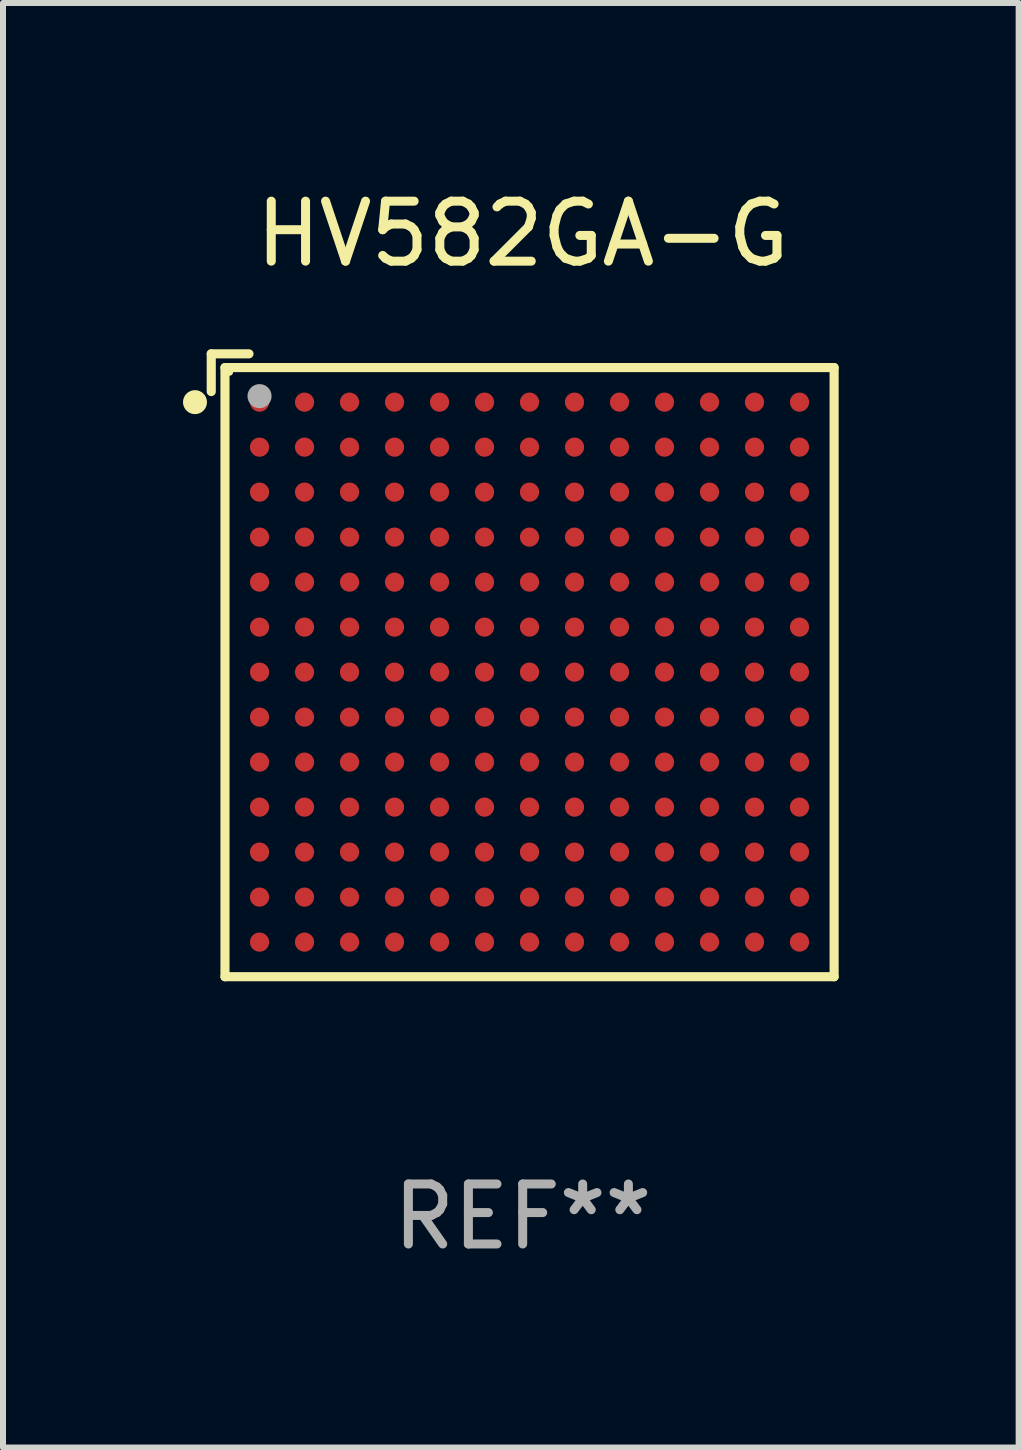
<source format=kicad_pcb>
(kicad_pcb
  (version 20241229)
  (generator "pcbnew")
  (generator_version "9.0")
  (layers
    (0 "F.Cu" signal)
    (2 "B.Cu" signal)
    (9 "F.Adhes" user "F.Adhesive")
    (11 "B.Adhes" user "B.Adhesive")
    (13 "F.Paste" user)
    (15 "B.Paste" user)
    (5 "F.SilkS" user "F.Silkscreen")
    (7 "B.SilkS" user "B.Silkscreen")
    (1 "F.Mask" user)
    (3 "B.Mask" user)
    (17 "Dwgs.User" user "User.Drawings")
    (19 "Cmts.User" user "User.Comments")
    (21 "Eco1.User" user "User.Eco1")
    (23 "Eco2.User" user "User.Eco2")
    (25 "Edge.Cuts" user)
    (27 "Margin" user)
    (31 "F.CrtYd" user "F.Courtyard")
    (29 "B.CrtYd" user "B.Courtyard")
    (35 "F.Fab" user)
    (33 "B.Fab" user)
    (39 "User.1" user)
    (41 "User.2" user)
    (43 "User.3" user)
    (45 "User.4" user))
  (footprint "HV582GA-G"
    (layer "F.Cu")
    (at 5.662 8.039)
    (property "Reference" "HV582GA-G" (at 0 -7.191 0) (layer "F.SilkS") (effects (font (size 1 1) (thickness 0.15))))
    (attr through_hole)
    (fp_line (start -5.191 -5.191) (end -4.562 -5.191) (stroke (width 0.152) (type solid)) (layer "F.SilkS"))
    (fp_line (start -5.191 -4.562) (end -5.191 -5.191) (stroke (width 0.152) (type solid)) (layer "F.SilkS"))
    (fp_line (start -4.962 -4.962) (end 5.191 -4.962) (stroke (width 0.152) (type solid)) (layer "F.SilkS"))
    (fp_line (start -4.962 5.191) (end -4.962 -4.962) (stroke (width 0.152) (type solid)) (layer "F.SilkS"))
    (fp_line (start 5.191 -4.962) (end 5.191 5.191) (stroke (width 0.152) (type solid)) (layer "F.SilkS"))
    (fp_line (start 5.191 5.191) (end -4.962 5.191) (stroke (width 0.152) (type solid)) (layer "F.SilkS"))
    (fp_circle (center -5.462 -4.386) (end -5.362 -4.386) (stroke (width 0.2) (type solid)) (fill no) (layer "F.SilkS"))
    (fp_circle (center -4.886 -4.886) (end -4.856 -4.886) (stroke (width 0.06) (type solid)) (fill no) (layer "F.SilkS"))
    (fp_circle (center -4.386 -4.486) (end -4.285 -4.486) (stroke (width 0.2) (type solid)) (fill no) (layer "F.Fab"))
    (fp_text user "REF**" (at 0 9.191 0) (layer "F.Fab") (effects (font (size 1 1) (thickness 0.15))))
    (pad "A1" smd circle (at -4.386 -4.386) (size 0.32 0.32) (layers "F.Cu" "F.Mask" "F.Paste"))
    (pad "A2" smd circle (at -3.636 -4.386) (size 0.32 0.32) (layers "F.Cu" "F.Mask" "F.Paste"))
    (pad "A3" smd circle (at -2.886 -4.386) (size 0.32 0.32) (layers "F.Cu" "F.Mask" "F.Paste"))
    (pad "A4" smd circle (at -2.136 -4.386) (size 0.32 0.32) (layers "F.Cu" "F.Mask" "F.Paste"))
    (pad "A5" smd circle (at -1.386 -4.386) (size 0.32 0.32) (layers "F.Cu" "F.Mask" "F.Paste"))
    (pad "A6" smd circle (at -0.636 -4.386) (size 0.32 0.32) (layers "F.Cu" "F.Mask" "F.Paste"))
    (pad "A7" smd circle (at 0.114 -4.386) (size 0.32 0.32) (layers "F.Cu" "F.Mask" "F.Paste"))
    (pad "A8" smd circle (at 0.864 -4.386) (size 0.32 0.32) (layers "F.Cu" "F.Mask" "F.Paste"))
    (pad "A9" smd circle (at 1.614 -4.386) (size 0.32 0.32) (layers "F.Cu" "F.Mask" "F.Paste"))
    (pad "A10" smd circle (at 2.364 -4.386) (size 0.32 0.32) (layers "F.Cu" "F.Mask" "F.Paste"))
    (pad "A11" smd circle (at 3.114 -4.386) (size 0.32 0.32) (layers "F.Cu" "F.Mask" "F.Paste"))
    (pad "A12" smd circle (at 3.864 -4.386) (size 0.32 0.32) (layers "F.Cu" "F.Mask" "F.Paste"))
    (pad "A13" smd circle (at 4.614 -4.386) (size 0.32 0.32) (layers "F.Cu" "F.Mask" "F.Paste"))
    (pad "B1" smd circle (at -4.386 -3.636) (size 0.32 0.32) (layers "F.Cu" "F.Mask" "F.Paste"))
    (pad "B2" smd circle (at -3.636 -3.636) (size 0.32 0.32) (layers "F.Cu" "F.Mask" "F.Paste"))
    (pad "B3" smd circle (at -2.886 -3.636) (size 0.32 0.32) (layers "F.Cu" "F.Mask" "F.Paste"))
    (pad "B4" smd circle (at -2.136 -3.636) (size 0.32 0.32) (layers "F.Cu" "F.Mask" "F.Paste"))
    (pad "B5" smd circle (at -1.386 -3.636) (size 0.32 0.32) (layers "F.Cu" "F.Mask" "F.Paste"))
    (pad "B6" smd circle (at -0.636 -3.636) (size 0.32 0.32) (layers "F.Cu" "F.Mask" "F.Paste"))
    (pad "B7" smd circle (at 0.114 -3.636) (size 0.32 0.32) (layers "F.Cu" "F.Mask" "F.Paste"))
    (pad "B8" smd circle (at 0.864 -3.636) (size 0.32 0.32) (layers "F.Cu" "F.Mask" "F.Paste"))
    (pad "B9" smd circle (at 1.614 -3.636) (size 0.32 0.32) (layers "F.Cu" "F.Mask" "F.Paste"))
    (pad "B10" smd circle (at 2.364 -3.636) (size 0.32 0.32) (layers "F.Cu" "F.Mask" "F.Paste"))
    (pad "B11" smd circle (at 3.114 -3.636) (size 0.32 0.32) (layers "F.Cu" "F.Mask" "F.Paste"))
    (pad "B12" smd circle (at 3.864 -3.636) (size 0.32 0.32) (layers "F.Cu" "F.Mask" "F.Paste"))
    (pad "B13" smd circle (at 4.614 -3.636) (size 0.32 0.32) (layers "F.Cu" "F.Mask" "F.Paste"))
    (pad "C1" smd circle (at -4.386 -2.886) (size 0.32 0.32) (layers "F.Cu" "F.Mask" "F.Paste"))
    (pad "C2" smd circle (at -3.636 -2.886) (size 0.32 0.32) (layers "F.Cu" "F.Mask" "F.Paste"))
    (pad "C3" smd circle (at -2.886 -2.886) (size 0.32 0.32) (layers "F.Cu" "F.Mask" "F.Paste"))
    (pad "C4" smd circle (at -2.136 -2.886) (size 0.32 0.32) (layers "F.Cu" "F.Mask" "F.Paste"))
    (pad "C5" smd circle (at -1.386 -2.886) (size 0.32 0.32) (layers "F.Cu" "F.Mask" "F.Paste"))
    (pad "C6" smd circle (at -0.636 -2.886) (size 0.32 0.32) (layers "F.Cu" "F.Mask" "F.Paste"))
    (pad "C7" smd circle (at 0.114 -2.886) (size 0.32 0.32) (layers "F.Cu" "F.Mask" "F.Paste"))
    (pad "C8" smd circle (at 0.864 -2.886) (size 0.32 0.32) (layers "F.Cu" "F.Mask" "F.Paste"))
    (pad "C9" smd circle (at 1.614 -2.886) (size 0.32 0.32) (layers "F.Cu" "F.Mask" "F.Paste"))
    (pad "C10" smd circle (at 2.364 -2.886) (size 0.32 0.32) (layers "F.Cu" "F.Mask" "F.Paste"))
    (pad "C11" smd circle (at 3.114 -2.886) (size 0.32 0.32) (layers "F.Cu" "F.Mask" "F.Paste"))
    (pad "C12" smd circle (at 3.864 -2.886) (size 0.32 0.32) (layers "F.Cu" "F.Mask" "F.Paste"))
    (pad "C13" smd circle (at 4.614 -2.886) (size 0.32 0.32) (layers "F.Cu" "F.Mask" "F.Paste"))
    (pad "D1" smd circle (at -4.386 -2.136) (size 0.32 0.32) (layers "F.Cu" "F.Mask" "F.Paste"))
    (pad "D2" smd circle (at -3.636 -2.136) (size 0.32 0.32) (layers "F.Cu" "F.Mask" "F.Paste"))
    (pad "D3" smd circle (at -2.886 -2.136) (size 0.32 0.32) (layers "F.Cu" "F.Mask" "F.Paste"))
    (pad "D4" smd circle (at -2.136 -2.136) (size 0.32 0.32) (layers "F.Cu" "F.Mask" "F.Paste"))
    (pad "D5" smd circle (at -1.386 -2.136) (size 0.32 0.32) (layers "F.Cu" "F.Mask" "F.Paste"))
    (pad "D6" smd circle (at -0.636 -2.136) (size 0.32 0.32) (layers "F.Cu" "F.Mask" "F.Paste"))
    (pad "D7" smd circle (at 0.114 -2.136) (size 0.32 0.32) (layers "F.Cu" "F.Mask" "F.Paste"))
    (pad "D8" smd circle (at 0.864 -2.136) (size 0.32 0.32) (layers "F.Cu" "F.Mask" "F.Paste"))
    (pad "D9" smd circle (at 1.614 -2.136) (size 0.32 0.32) (layers "F.Cu" "F.Mask" "F.Paste"))
    (pad "D10" smd circle (at 2.364 -2.136) (size 0.32 0.32) (layers "F.Cu" "F.Mask" "F.Paste"))
    (pad "D11" smd circle (at 3.114 -2.136) (size 0.32 0.32) (layers "F.Cu" "F.Mask" "F.Paste"))
    (pad "D12" smd circle (at 3.864 -2.136) (size 0.32 0.32) (layers "F.Cu" "F.Mask" "F.Paste"))
    (pad "D13" smd circle (at 4.614 -2.136) (size 0.32 0.32) (layers "F.Cu" "F.Mask" "F.Paste"))
    (pad "E1" smd circle (at -4.386 -1.386) (size 0.32 0.32) (layers "F.Cu" "F.Mask" "F.Paste"))
    (pad "E2" smd circle (at -3.636 -1.386) (size 0.32 0.32) (layers "F.Cu" "F.Mask" "F.Paste"))
    (pad "E3" smd circle (at -2.886 -1.386) (size 0.32 0.32) (layers "F.Cu" "F.Mask" "F.Paste"))
    (pad "E4" smd circle (at -2.136 -1.386) (size 0.32 0.32) (layers "F.Cu" "F.Mask" "F.Paste"))
    (pad "E5" smd circle (at -1.386 -1.386) (size 0.32 0.32) (layers "F.Cu" "F.Mask" "F.Paste"))
    (pad "E6" smd circle (at -0.636 -1.386) (size 0.32 0.32) (layers "F.Cu" "F.Mask" "F.Paste"))
    (pad "E7" smd circle (at 0.114 -1.386) (size 0.32 0.32) (layers "F.Cu" "F.Mask" "F.Paste"))
    (pad "E8" smd circle (at 0.864 -1.386) (size 0.32 0.32) (layers "F.Cu" "F.Mask" "F.Paste"))
    (pad "E9" smd circle (at 1.614 -1.386) (size 0.32 0.32) (layers "F.Cu" "F.Mask" "F.Paste"))
    (pad "E10" smd circle (at 2.364 -1.386) (size 0.32 0.32) (layers "F.Cu" "F.Mask" "F.Paste"))
    (pad "E11" smd circle (at 3.114 -1.386) (size 0.32 0.32) (layers "F.Cu" "F.Mask" "F.Paste"))
    (pad "E12" smd circle (at 3.864 -1.386) (size 0.32 0.32) (layers "F.Cu" "F.Mask" "F.Paste"))
    (pad "E13" smd circle (at 4.614 -1.386) (size 0.32 0.32) (layers "F.Cu" "F.Mask" "F.Paste"))
    (pad "F1" smd circle (at -4.386 -0.636) (size 0.32 0.32) (layers "F.Cu" "F.Mask" "F.Paste"))
    (pad "F2" smd circle (at -3.636 -0.636) (size 0.32 0.32) (layers "F.Cu" "F.Mask" "F.Paste"))
    (pad "F3" smd circle (at -2.886 -0.636) (size 0.32 0.32) (layers "F.Cu" "F.Mask" "F.Paste"))
    (pad "F4" smd circle (at -2.136 -0.636) (size 0.32 0.32) (layers "F.Cu" "F.Mask" "F.Paste"))
    (pad "F5" smd circle (at -1.386 -0.636) (size 0.32 0.32) (layers "F.Cu" "F.Mask" "F.Paste"))
    (pad "F6" smd circle (at -0.636 -0.636) (size 0.32 0.32) (layers "F.Cu" "F.Mask" "F.Paste"))
    (pad "F7" smd circle (at 0.114 -0.636) (size 0.32 0.32) (layers "F.Cu" "F.Mask" "F.Paste"))
    (pad "F8" smd circle (at 0.864 -0.636) (size 0.32 0.32) (layers "F.Cu" "F.Mask" "F.Paste"))
    (pad "F9" smd circle (at 1.614 -0.636) (size 0.32 0.32) (layers "F.Cu" "F.Mask" "F.Paste"))
    (pad "F10" smd circle (at 2.364 -0.636) (size 0.32 0.32) (layers "F.Cu" "F.Mask" "F.Paste"))
    (pad "F11" smd circle (at 3.114 -0.636) (size 0.32 0.32) (layers "F.Cu" "F.Mask" "F.Paste"))
    (pad "F12" smd circle (at 3.864 -0.636) (size 0.32 0.32) (layers "F.Cu" "F.Mask" "F.Paste"))
    (pad "F13" smd circle (at 4.614 -0.636) (size 0.32 0.32) (layers "F.Cu" "F.Mask" "F.Paste"))
    (pad "G1" smd circle (at -4.386 0.114) (size 0.32 0.32) (layers "F.Cu" "F.Mask" "F.Paste"))
    (pad "G2" smd circle (at -3.636 0.114) (size 0.32 0.32) (layers "F.Cu" "F.Mask" "F.Paste"))
    (pad "G3" smd circle (at -2.886 0.114) (size 0.32 0.32) (layers "F.Cu" "F.Mask" "F.Paste"))
    (pad "G4" smd circle (at -2.136 0.114) (size 0.32 0.32) (layers "F.Cu" "F.Mask" "F.Paste"))
    (pad "G5" smd circle (at -1.386 0.114) (size 0.32 0.32) (layers "F.Cu" "F.Mask" "F.Paste"))
    (pad "G6" smd circle (at -0.636 0.114) (size 0.32 0.32) (layers "F.Cu" "F.Mask" "F.Paste"))
    (pad "G7" smd circle (at 0.114 0.114) (size 0.32 0.32) (layers "F.Cu" "F.Mask" "F.Paste"))
    (pad "G8" smd circle (at 0.864 0.114) (size 0.32 0.32) (layers "F.Cu" "F.Mask" "F.Paste"))
    (pad "G9" smd circle (at 1.614 0.114) (size 0.32 0.32) (layers "F.Cu" "F.Mask" "F.Paste"))
    (pad "G10" smd circle (at 2.364 0.114) (size 0.32 0.32) (layers "F.Cu" "F.Mask" "F.Paste"))
    (pad "G11" smd circle (at 3.114 0.114) (size 0.32 0.32) (layers "F.Cu" "F.Mask" "F.Paste"))
    (pad "G12" smd circle (at 3.864 0.114) (size 0.32 0.32) (layers "F.Cu" "F.Mask" "F.Paste"))
    (pad "G13" smd circle (at 4.614 0.114) (size 0.32 0.32) (layers "F.Cu" "F.Mask" "F.Paste"))
    (pad "H1" smd circle (at -4.386 0.864) (size 0.32 0.32) (layers "F.Cu" "F.Mask" "F.Paste"))
    (pad "H2" smd circle (at -3.636 0.864) (size 0.32 0.32) (layers "F.Cu" "F.Mask" "F.Paste"))
    (pad "H3" smd circle (at -2.886 0.864) (size 0.32 0.32) (layers "F.Cu" "F.Mask" "F.Paste"))
    (pad "H4" smd circle (at -2.136 0.864) (size 0.32 0.32) (layers "F.Cu" "F.Mask" "F.Paste"))
    (pad "H5" smd circle (at -1.386 0.864) (size 0.32 0.32) (layers "F.Cu" "F.Mask" "F.Paste"))
    (pad "H6" smd circle (at -0.636 0.864) (size 0.32 0.32) (layers "F.Cu" "F.Mask" "F.Paste"))
    (pad "H7" smd circle (at 0.114 0.864) (size 0.32 0.32) (layers "F.Cu" "F.Mask" "F.Paste"))
    (pad "H8" smd circle (at 0.864 0.864) (size 0.32 0.32) (layers "F.Cu" "F.Mask" "F.Paste"))
    (pad "H9" smd circle (at 1.614 0.864) (size 0.32 0.32) (layers "F.Cu" "F.Mask" "F.Paste"))
    (pad "H10" smd circle (at 2.364 0.864) (size 0.32 0.32) (layers "F.Cu" "F.Mask" "F.Paste"))
    (pad "H11" smd circle (at 3.114 0.864) (size 0.32 0.32) (layers "F.Cu" "F.Mask" "F.Paste"))
    (pad "H12" smd circle (at 3.864 0.864) (size 0.32 0.32) (layers "F.Cu" "F.Mask" "F.Paste"))
    (pad "H13" smd circle (at 4.614 0.864) (size 0.32 0.32) (layers "F.Cu" "F.Mask" "F.Paste"))
    (pad "J1" smd circle (at -4.386 1.614) (size 0.32 0.32) (layers "F.Cu" "F.Mask" "F.Paste"))
    (pad "J2" smd circle (at -3.636 1.614) (size 0.32 0.32) (layers "F.Cu" "F.Mask" "F.Paste"))
    (pad "J3" smd circle (at -2.886 1.614) (size 0.32 0.32) (layers "F.Cu" "F.Mask" "F.Paste"))
    (pad "J4" smd circle (at -2.136 1.614) (size 0.32 0.32) (layers "F.Cu" "F.Mask" "F.Paste"))
    (pad "J5" smd circle (at -1.386 1.614) (size 0.32 0.32) (layers "F.Cu" "F.Mask" "F.Paste"))
    (pad "J6" smd circle (at -0.636 1.614) (size 0.32 0.32) (layers "F.Cu" "F.Mask" "F.Paste"))
    (pad "J7" smd circle (at 0.114 1.614) (size 0.32 0.32) (layers "F.Cu" "F.Mask" "F.Paste"))
    (pad "J8" smd circle (at 0.864 1.614) (size 0.32 0.32) (layers "F.Cu" "F.Mask" "F.Paste"))
    (pad "J9" smd circle (at 1.614 1.614) (size 0.32 0.32) (layers "F.Cu" "F.Mask" "F.Paste"))
    (pad "J10" smd circle (at 2.364 1.614) (size 0.32 0.32) (layers "F.Cu" "F.Mask" "F.Paste"))
    (pad "J11" smd circle (at 3.114 1.614) (size 0.32 0.32) (layers "F.Cu" "F.Mask" "F.Paste"))
    (pad "J12" smd circle (at 3.864 1.614) (size 0.32 0.32) (layers "F.Cu" "F.Mask" "F.Paste"))
    (pad "J13" smd circle (at 4.614 1.614) (size 0.32 0.32) (layers "F.Cu" "F.Mask" "F.Paste"))
    (pad "K1" smd circle (at -4.386 2.364) (size 0.32 0.32) (layers "F.Cu" "F.Mask" "F.Paste"))
    (pad "K2" smd circle (at -3.636 2.364) (size 0.32 0.32) (layers "F.Cu" "F.Mask" "F.Paste"))
    (pad "K3" smd circle (at -2.886 2.364) (size 0.32 0.32) (layers "F.Cu" "F.Mask" "F.Paste"))
    (pad "K4" smd circle (at -2.136 2.364) (size 0.32 0.32) (layers "F.Cu" "F.Mask" "F.Paste"))
    (pad "K5" smd circle (at -1.386 2.364) (size 0.32 0.32) (layers "F.Cu" "F.Mask" "F.Paste"))
    (pad "K6" smd circle (at -0.636 2.364) (size 0.32 0.32) (layers "F.Cu" "F.Mask" "F.Paste"))
    (pad "K7" smd circle (at 0.114 2.364) (size 0.32 0.32) (layers "F.Cu" "F.Mask" "F.Paste"))
    (pad "K8" smd circle (at 0.864 2.364) (size 0.32 0.32) (layers "F.Cu" "F.Mask" "F.Paste"))
    (pad "K9" smd circle (at 1.614 2.364) (size 0.32 0.32) (layers "F.Cu" "F.Mask" "F.Paste"))
    (pad "K10" smd circle (at 2.364 2.364) (size 0.32 0.32) (layers "F.Cu" "F.Mask" "F.Paste"))
    (pad "K11" smd circle (at 3.114 2.364) (size 0.32 0.32) (layers "F.Cu" "F.Mask" "F.Paste"))
    (pad "K12" smd circle (at 3.864 2.364) (size 0.32 0.32) (layers "F.Cu" "F.Mask" "F.Paste"))
    (pad "K13" smd circle (at 4.614 2.364) (size 0.32 0.32) (layers "F.Cu" "F.Mask" "F.Paste"))
    (pad "L1" smd circle (at -4.386 3.114) (size 0.32 0.32) (layers "F.Cu" "F.Mask" "F.Paste"))
    (pad "L2" smd circle (at -3.636 3.114) (size 0.32 0.32) (layers "F.Cu" "F.Mask" "F.Paste"))
    (pad "L3" smd circle (at -2.886 3.114) (size 0.32 0.32) (layers "F.Cu" "F.Mask" "F.Paste"))
    (pad "L4" smd circle (at -2.136 3.114) (size 0.32 0.32) (layers "F.Cu" "F.Mask" "F.Paste"))
    (pad "L5" smd circle (at -1.386 3.114) (size 0.32 0.32) (layers "F.Cu" "F.Mask" "F.Paste"))
    (pad "L6" smd circle (at -0.636 3.114) (size 0.32 0.32) (layers "F.Cu" "F.Mask" "F.Paste"))
    (pad "L7" smd circle (at 0.114 3.114) (size 0.32 0.32) (layers "F.Cu" "F.Mask" "F.Paste"))
    (pad "L8" smd circle (at 0.864 3.114) (size 0.32 0.32) (layers "F.Cu" "F.Mask" "F.Paste"))
    (pad "L9" smd circle (at 1.614 3.114) (size 0.32 0.32) (layers "F.Cu" "F.Mask" "F.Paste"))
    (pad "L10" smd circle (at 2.364 3.114) (size 0.32 0.32) (layers "F.Cu" "F.Mask" "F.Paste"))
    (pad "L11" smd circle (at 3.114 3.114) (size 0.32 0.32) (layers "F.Cu" "F.Mask" "F.Paste"))
    (pad "L12" smd circle (at 3.864 3.114) (size 0.32 0.32) (layers "F.Cu" "F.Mask" "F.Paste"))
    (pad "L13" smd circle (at 4.614 3.114) (size 0.32 0.32) (layers "F.Cu" "F.Mask" "F.Paste"))
    (pad "M1" smd circle (at -4.386 3.864) (size 0.32 0.32) (layers "F.Cu" "F.Mask" "F.Paste"))
    (pad "M2" smd circle (at -3.636 3.864) (size 0.32 0.32) (layers "F.Cu" "F.Mask" "F.Paste"))
    (pad "M3" smd circle (at -2.886 3.864) (size 0.32 0.32) (layers "F.Cu" "F.Mask" "F.Paste"))
    (pad "M4" smd circle (at -2.136 3.864) (size 0.32 0.32) (layers "F.Cu" "F.Mask" "F.Paste"))
    (pad "M5" smd circle (at -1.386 3.864) (size 0.32 0.32) (layers "F.Cu" "F.Mask" "F.Paste"))
    (pad "M6" smd circle (at -0.636 3.864) (size 0.32 0.32) (layers "F.Cu" "F.Mask" "F.Paste"))
    (pad "M7" smd circle (at 0.114 3.864) (size 0.32 0.32) (layers "F.Cu" "F.Mask" "F.Paste"))
    (pad "M8" smd circle (at 0.864 3.864) (size 0.32 0.32) (layers "F.Cu" "F.Mask" "F.Paste"))
    (pad "M9" smd circle (at 1.614 3.864) (size 0.32 0.32) (layers "F.Cu" "F.Mask" "F.Paste"))
    (pad "M10" smd circle (at 2.364 3.864) (size 0.32 0.32) (layers "F.Cu" "F.Mask" "F.Paste"))
    (pad "M11" smd circle (at 3.114 3.864) (size 0.32 0.32) (layers "F.Cu" "F.Mask" "F.Paste"))
    (pad "M12" smd circle (at 3.864 3.864) (size 0.32 0.32) (layers "F.Cu" "F.Mask" "F.Paste"))
    (pad "M13" smd circle (at 4.614 3.864) (size 0.32 0.32) (layers "F.Cu" "F.Mask" "F.Paste"))
    (pad "N1" smd circle (at -4.386 4.614) (size 0.32 0.32) (layers "F.Cu" "F.Mask" "F.Paste"))
    (pad "N2" smd circle (at -3.636 4.614) (size 0.32 0.32) (layers "F.Cu" "F.Mask" "F.Paste"))
    (pad "N3" smd circle (at -2.886 4.614) (size 0.32 0.32) (layers "F.Cu" "F.Mask" "F.Paste"))
    (pad "N4" smd circle (at -2.136 4.614) (size 0.32 0.32) (layers "F.Cu" "F.Mask" "F.Paste"))
    (pad "N5" smd circle (at -1.386 4.614) (size 0.32 0.32) (layers "F.Cu" "F.Mask" "F.Paste"))
    (pad "N6" smd circle (at -0.636 4.614) (size 0.32 0.32) (layers "F.Cu" "F.Mask" "F.Paste"))
    (pad "N7" smd circle (at 0.114 4.614) (size 0.32 0.32) (layers "F.Cu" "F.Mask" "F.Paste"))
    (pad "N8" smd circle (at 0.864 4.614) (size 0.32 0.32) (layers "F.Cu" "F.Mask" "F.Paste"))
    (pad "N9" smd circle (at 1.614 4.614) (size 0.32 0.32) (layers "F.Cu" "F.Mask" "F.Paste"))
    (pad "N10" smd circle (at 2.364 4.614) (size 0.32 0.32) (layers "F.Cu" "F.Mask" "F.Paste"))
    (pad "N11" smd circle (at 3.114 4.614) (size 0.32 0.32) (layers "F.Cu" "F.Mask" "F.Paste"))
    (pad "N12" smd circle (at 3.864 4.614) (size 0.32 0.32) (layers "F.Cu" "F.Mask" "F.Paste"))
    (pad "N13" smd circle (at 4.614 4.614) (size 0.32 0.32) (layers "F.Cu" "F.Mask" "F.Paste")))
  (gr_rect
    (start -3 -3)
    (end 13.929 21.078)
    (stroke (width 0.1) (type default))
    (fill no)
    (layer "Edge.Cuts")))
</source>
